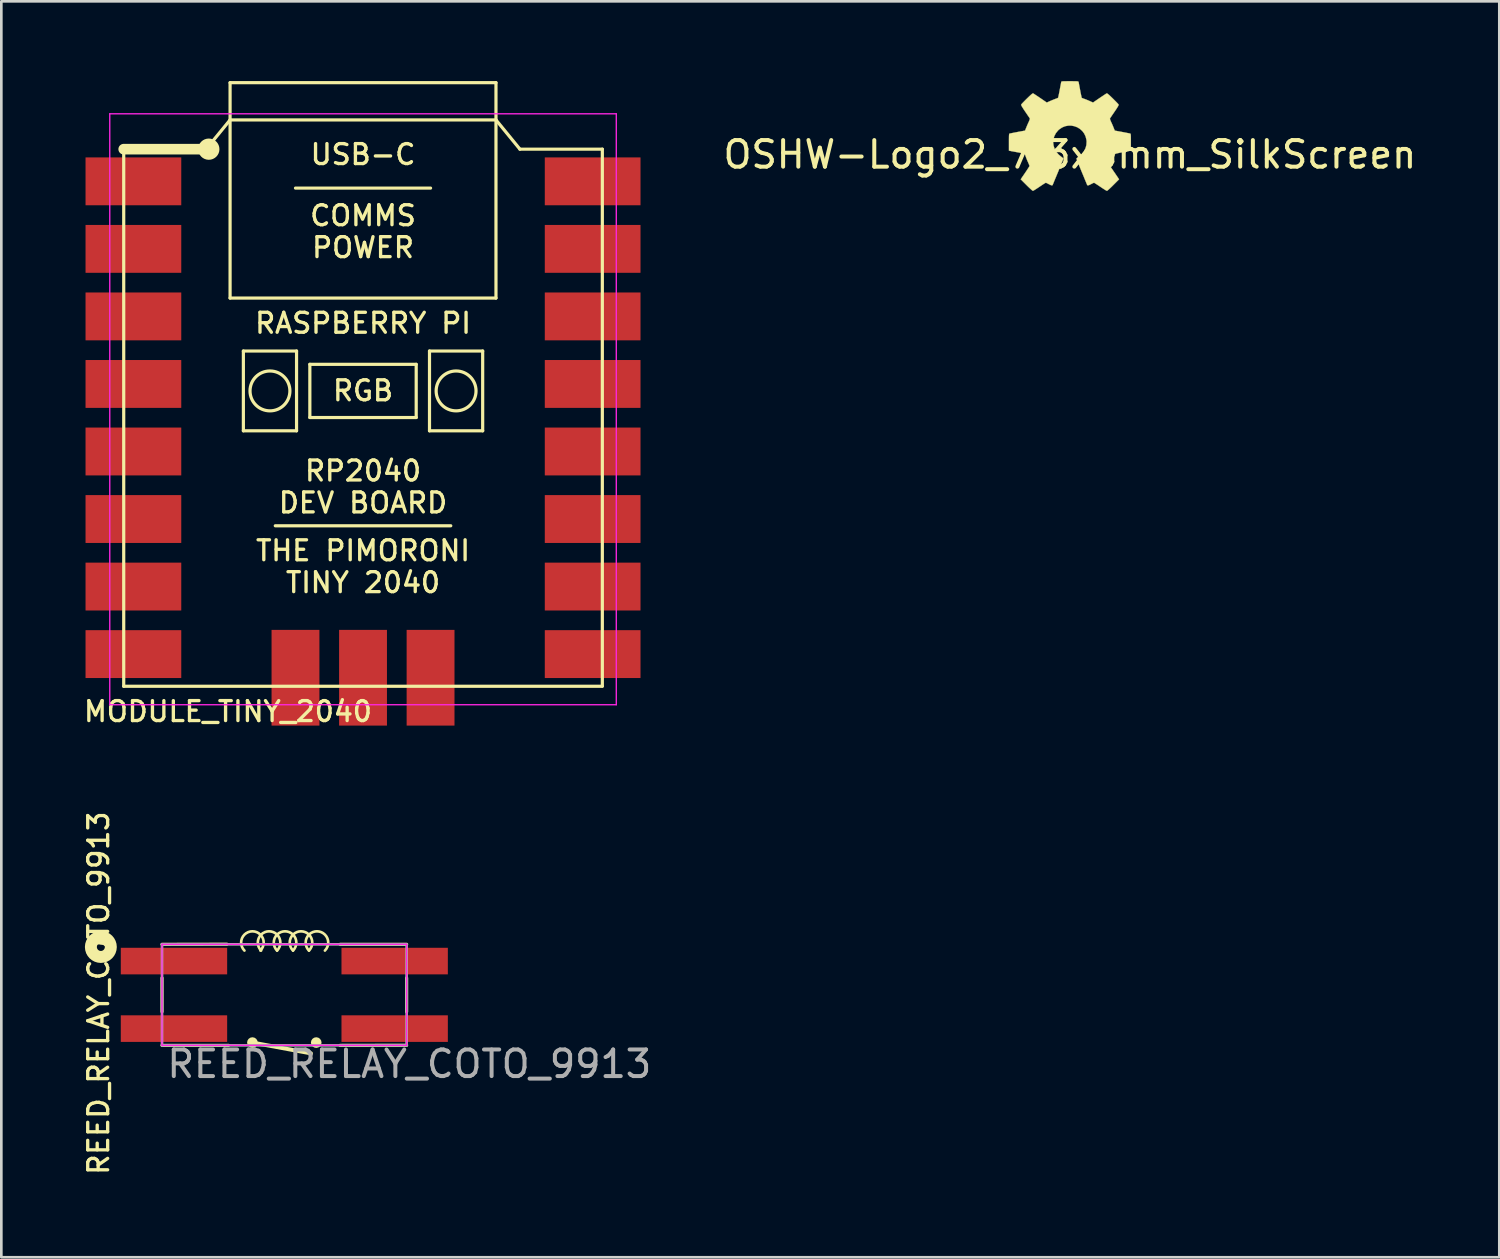
<source format=kicad_pcb>
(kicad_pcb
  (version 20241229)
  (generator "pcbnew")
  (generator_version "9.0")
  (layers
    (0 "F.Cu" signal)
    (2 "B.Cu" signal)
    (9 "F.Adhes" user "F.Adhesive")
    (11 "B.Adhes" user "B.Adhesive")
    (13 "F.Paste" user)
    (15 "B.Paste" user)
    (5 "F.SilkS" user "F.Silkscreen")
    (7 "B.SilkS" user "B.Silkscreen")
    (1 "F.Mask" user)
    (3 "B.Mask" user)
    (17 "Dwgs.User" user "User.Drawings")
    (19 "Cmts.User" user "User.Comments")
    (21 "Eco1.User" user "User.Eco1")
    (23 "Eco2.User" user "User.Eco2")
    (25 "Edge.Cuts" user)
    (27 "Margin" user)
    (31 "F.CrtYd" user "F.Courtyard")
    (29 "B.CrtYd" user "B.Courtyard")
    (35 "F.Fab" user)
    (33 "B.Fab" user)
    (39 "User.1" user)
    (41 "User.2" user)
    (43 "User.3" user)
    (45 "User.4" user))
  (footprint "MODULE_TINY_2040"
    (layer "F.Cu")
    (at 10.603 12.66)
    (property "Reference" "MODULE_TINY_2040" (at -5.08 11.049 0) (layer "F.SilkS") (effects (font (size 0.75 0.75) (thickness 0.125))))
    (attr through_hole)
    (fp_line (start -9 -10.1) (end -5.9 -10.1) (stroke (width 0.4) (type solid)) (layer "F.SilkS"))
    (fp_line (start -9 10.1) (end -9 -10.1) (stroke (width 0.12) (type solid)) (layer "F.SilkS"))
    (fp_line (start -5.9 -10.1) (end -5 -11.2) (stroke (width 0.12) (type solid)) (layer "F.SilkS"))
    (fp_line (start -5 -12.6) (end 5 -12.6) (stroke (width 0.12) (type solid)) (layer "F.SilkS"))
    (fp_line (start -5 -11.2) (end 5 -11.2) (stroke (width 0.12) (type solid)) (layer "F.SilkS"))
    (fp_line (start -5 -4.5) (end -5 -12.6) (stroke (width 0.12) (type solid)) (layer "F.SilkS"))
    (fp_line (start -5 -4.5) (end 5 -4.5) (stroke (width 0.12) (type solid)) (layer "F.SilkS"))
    (fp_line (start -4.5 -2.508) (end -2.5 -2.508) (stroke (width 0.12) (type solid)) (layer "F.SilkS"))
    (fp_line (start -4.5 0.492) (end -4.5 -2.508) (stroke (width 0.12) (type solid)) (layer "F.SilkS"))
    (fp_line (start -3.3 4.064) (end 3.3 4.064) (stroke (width 0.12) (type solid)) (layer "F.SilkS"))
    (fp_line (start -2.54 -8.636) (end 2.54 -8.636) (stroke (width 0.12) (type solid)) (layer "F.SilkS"))
    (fp_line (start -2.5 -2.508) (end -2.5 0.492) (stroke (width 0.12) (type solid)) (layer "F.SilkS"))
    (fp_line (start -2.5 0.492) (end -4.5 0.492) (stroke (width 0.12) (type solid)) (layer "F.SilkS"))
    (fp_line (start -2 -2.008) (end 2 -2.008) (stroke (width 0.12) (type solid)) (layer "F.SilkS"))
    (fp_line (start -2 -0.008) (end -2 -2.008) (stroke (width 0.12) (type solid)) (layer "F.SilkS"))
    (fp_line (start 2 -2.008) (end 2 -0.008) (stroke (width 0.12) (type solid)) (layer "F.SilkS"))
    (fp_line (start 2 -0.008) (end -2 -0.008) (stroke (width 0.12) (type solid)) (layer "F.SilkS"))
    (fp_line (start 2.5 -2.508) (end 4.5 -2.508) (stroke (width 0.12) (type solid)) (layer "F.SilkS"))
    (fp_line (start 2.5 0.492) (end 2.5 -2.508) (stroke (width 0.12) (type solid)) (layer "F.SilkS"))
    (fp_line (start 4.5 -2.508) (end 4.5 0.492) (stroke (width 0.12) (type solid)) (layer "F.SilkS"))
    (fp_line (start 4.5 0.492) (end 2.5 0.492) (stroke (width 0.12) (type solid)) (layer "F.SilkS"))
    (fp_line (start 5 -4.5) (end 5 -12.6) (stroke (width 0.12) (type solid)) (layer "F.SilkS"))
    (fp_line (start 5.9 -10.1) (end 5 -11.2) (stroke (width 0.12) (type solid)) (layer "F.SilkS"))
    (fp_line (start 5.9 -10.1) (end 9 -10.1) (stroke (width 0.12) (type solid)) (layer "F.SilkS"))
    (fp_line (start 9 -10.1) (end 9 10.09) (stroke (width 0.12) (type solid)) (layer "F.SilkS"))
    (fp_line (start 9 10.1) (end -9 10.1) (stroke (width 0.12) (type solid)) (layer "F.SilkS"))
    (fp_circle (center -5.8 -10.1) (end -5.8 -9.9) (stroke (width 0.4) (type solid)) (fill no) (layer "F.SilkS"))
    (fp_circle (center -3.5 -1.008) (end -2.75 -1.008) (stroke (width 0.12) (type solid)) (fill no) (layer "F.SilkS"))
    (fp_circle (center 3.5 -1.008) (end 4.25 -1.008) (stroke (width 0.12) (type solid)) (fill no) (layer "F.SilkS"))
    (fp_line (start -9.525 -11.43) (end -9.525 10.795) (stroke (width 0.05) (type solid)) (layer "F.CrtYd"))
    (fp_line (start -9.525 10.795) (end 9.525 10.795) (stroke (width 0.05) (type solid)) (layer "F.CrtYd"))
    (fp_line (start 9.525 -11.43) (end -9.525 -11.43) (stroke (width 0.05) (type solid)) (layer "F.CrtYd"))
    (fp_line (start 9.525 10.795) (end 9.525 -11.43) (stroke (width 0.05) (type solid)) (layer "F.CrtYd"))
    (fp_text user "USB-C" (at 0 -9.9 0) (layer "F.SilkS") (effects (font (size 0.75 0.75) (thickness 0.125))))
    (fp_text user "RGB" (at 0 -1.016 0) (layer "F.SilkS") (effects (font (size 0.75 0.75) (thickness 0.125))))
    (fp_text user "TINY 2040" (at 0 6.2 0) (layer "F.SilkS") (effects (font (size 0.75 0.75) (thickness 0.125))))
    (fp_text user "THE PIMORONI" (at 0 5 0) (layer "F.SilkS") (effects (font (size 0.75 0.75) (thickness 0.125))))
    (fp_text user "DEV BOARD" (at 0 3.2 0) (layer "F.SilkS") (effects (font (size 0.75 0.75) (thickness 0.125))))
    (fp_text user "COMMS" (at 0 -7.6 0) (layer "F.SilkS") (effects (font (size 0.75 0.75) (thickness 0.125))))
    (fp_text user "POWER" (at 0 -6.4 0) (layer "F.SilkS") (effects (font (size 0.75 0.75) (thickness 0.125))))
    (fp_text user "RP2040" (at 0 2 0) (layer "F.SilkS") (effects (font (size 0.75 0.75) (thickness 0.125))))
    (fp_text user "RASPBERRY PI" (at 0 -3.556 0) (layer "F.SilkS") (effects (font (size 0.75 0.75) (thickness 0.125))))
    (pad "1" smd rect (at -8.636 -8.89 270) (size 1.8 3.6) (layers "F.Cu" "F.Mask" "F.Paste"))
    (pad "2" smd rect (at -8.636 -6.35 270) (size 1.8 3.6) (layers "F.Cu" "F.Mask" "F.Paste"))
    (pad "3" smd rect (at -8.636 -3.81 270) (size 1.8 3.6) (layers "F.Cu" "F.Mask" "F.Paste"))
    (pad "4" smd rect (at -8.636 -1.27 270) (size 1.8 3.6) (layers "F.Cu" "F.Mask" "F.Paste"))
    (pad "5" smd rect (at -8.636 1.27 270) (size 1.8 3.6) (layers "F.Cu" "F.Mask" "F.Paste"))
    (pad "6" smd rect (at -8.636 3.81 270) (size 1.8 3.6) (layers "F.Cu" "F.Mask" "F.Paste"))
    (pad "7" smd rect (at -8.636 6.35 270) (size 1.8 3.6) (layers "F.Cu" "F.Mask" "F.Paste"))
    (pad "8" smd rect (at -8.636 8.89 270) (size 1.8 3.6) (layers "F.Cu" "F.Mask" "F.Paste"))
    (pad "9" smd rect (at 8.636 8.89 270) (size 1.8 3.6) (layers "F.Cu" "F.Mask" "F.Paste"))
    (pad "10" smd rect (at 8.636 6.35 270) (size 1.8 3.6) (layers "F.Cu" "F.Mask" "F.Paste"))
    (pad "11" smd rect (at 8.636 3.81 270) (size 1.8 3.6) (layers "F.Cu" "F.Mask" "F.Paste"))
    (pad "12" smd rect (at 8.636 1.27 270) (size 1.8 3.6) (layers "F.Cu" "F.Mask" "F.Paste"))
    (pad "13" smd rect (at 8.636 -1.27 270) (size 1.8 3.6) (layers "F.Cu" "F.Mask" "F.Paste"))
    (pad "14" smd rect (at 8.636 -3.81 270) (size 1.8 3.6) (layers "F.Cu" "F.Mask" "F.Paste"))
    (pad "15" smd rect (at 8.636 -6.35 270) (size 1.8 3.6) (layers "F.Cu" "F.Mask" "F.Paste"))
    (pad "16" smd rect (at 8.636 -8.89 270) (size 1.8 3.6) (layers "F.Cu" "F.Mask" "F.Paste"))
    (pad "17" smd rect (at -2.54 9.779) (size 1.8 3.6) (layers "F.Cu" "F.Mask" "F.Paste"))
    (pad "18" smd rect (at 0 9.779) (size 1.8 3.6) (layers "F.Cu" "F.Mask" "F.Paste"))
    (pad "19" smd rect (at 2.54 9.779) (size 1.8 3.6) (layers "F.Cu" "F.Mask" "F.Paste")))
  (footprint "OSHW-Logo2_7.3x6mm_SilkScreen"
    (layer "F.Cu")
    (at 37.188 2.763)
    (property "Reference" "OSHW-Logo2_7.3x6mm_SilkScreen" (at 0 0 180) (layer "F.SilkS") (effects (font (size 1 1) (thickness 0.15))))
    (attr exclude_from_pos_files exclude_from_bom)
    (fp_poly (pts (xy 0.104 -2.758) (xy 0.182 -2.757) (xy 0.239 -2.756) (xy 0.278 -2.754) (xy 0.303 -2.75) (xy 0.316 -2.744) (xy 0.323 -2.737) (xy 0.326 -2.726) (xy 0.327 -2.725) (xy 0.332 -2.701) (xy 0.341 -2.653) (xy 0.353 -2.587) (xy 0.368 -2.508) (xy 0.385 -2.42) (xy 0.385 -2.417) (xy 0.401 -2.331) (xy 0.417 -2.255) (xy 0.43 -2.194) (xy 0.44 -2.152) (xy 0.446 -2.133) (xy 0.447 -2.133) (xy 0.465 -2.124) (xy 0.502 -2.109) (xy 0.551 -2.091) (xy 0.552 -2.091) (xy 0.613 -2.068) (xy 0.686 -2.038) (xy 0.754 -2.008) (xy 0.757 -2.007) (xy 0.869 -1.956) (xy 1.115 -2.125) (xy 1.191 -2.176) (xy 1.26 -2.222) (xy 1.317 -2.26) (xy 1.359 -2.287) (xy 1.383 -2.301) (xy 1.385 -2.302) (xy 1.402 -2.298) (xy 1.434 -2.275) (xy 1.481 -2.235) (xy 1.546 -2.174) (xy 1.612 -2.11) (xy 1.676 -2.046) (xy 1.733 -1.989) (xy 1.78 -1.94) (xy 1.814 -1.904) (xy 1.83 -1.884) (xy 1.831 -1.883) (xy 1.833 -1.869) (xy 1.826 -1.847) (xy 1.809 -1.814) (xy 1.779 -1.765) (xy 1.737 -1.699) (xy 1.679 -1.614) (xy 1.629 -1.54) (xy 1.583 -1.473) (xy 1.546 -1.417) (xy 1.519 -1.378) (xy 1.506 -1.357) (xy 1.505 -1.356) (xy 1.507 -1.336) (xy 1.519 -1.298) (xy 1.54 -1.248) (xy 1.547 -1.232) (xy 1.58 -1.162) (xy 1.614 -1.082) (xy 1.642 -1.012) (xy 1.663 -0.961) (xy 1.679 -0.922) (xy 1.688 -0.901) (xy 1.689 -0.9) (xy 1.706 -0.897) (xy 1.746 -0.89) (xy 1.804 -0.879) (xy 1.875 -0.866) (xy 1.952 -0.852) (xy 2.032 -0.837) (xy 2.107 -0.822) (xy 2.174 -0.809) (xy 2.227 -0.799) (xy 2.26 -0.792) (xy 2.268 -0.79) (xy 2.276 -0.785) (xy 2.283 -0.774) (xy 2.287 -0.754) (xy 2.29 -0.72) (xy 2.292 -0.67) (xy 2.293 -0.599) (xy 2.293 -0.504) (xy 2.293 -0.465) (xy 2.293 -0.147) (xy 2.217 -0.132) (xy 2.175 -0.124) (xy 2.111 -0.112) (xy 2.035 -0.098) (xy 1.953 -0.083) (xy 1.93 -0.079) (xy 1.855 -0.064) (xy 1.789 -0.049) (xy 1.738 -0.037) (xy 1.709 -0.027) (xy 1.704 -0.024) (xy 1.691 -0.003) (xy 1.674 0.038) (xy 1.655 0.09) (xy 1.651 0.102) (xy 1.625 0.172) (xy 1.594 0.25) (xy 1.563 0.321) (xy 1.563 0.322) (xy 1.511 0.433) (xy 1.68 0.681) (xy 1.849 0.93) (xy 1.632 1.147) (xy 1.567 1.212) (xy 1.507 1.269) (xy 1.456 1.315) (xy 1.418 1.348) (xy 1.396 1.363) (xy 1.392 1.364) (xy 1.374 1.356) (xy 1.335 1.335) (xy 1.281 1.301) (xy 1.216 1.259) (xy 1.146 1.212) (xy 1.075 1.164) (xy 1.011 1.122) (xy 0.959 1.089) (xy 0.923 1.067) (xy 0.907 1.06) (xy 0.887 1.066) (xy 0.85 1.083) (xy 0.803 1.107) (xy 0.798 1.11) (xy 0.734 1.142) (xy 0.69 1.158) (xy 0.663 1.158) (xy 0.649 1.143) (xy 0.649 1.143) (xy 0.642 1.126) (xy 0.625 1.085) (xy 0.6 1.024) (xy 0.567 0.945) (xy 0.529 0.852) (xy 0.486 0.748) (xy 0.444 0.648) (xy 0.399 0.537) (xy 0.357 0.434) (xy 0.32 0.342) (xy 0.289 0.265) (xy 0.266 0.206) (xy 0.251 0.167) (xy 0.247 0.153) (xy 0.258 0.136) (xy 0.287 0.11) (xy 0.326 0.081) (xy 0.437 -0.011) (xy 0.523 -0.116) (xy 0.585 -0.233) (xy 0.62 -0.358) (xy 0.628 -0.49) (xy 0.622 -0.552) (xy 0.591 -0.678) (xy 0.538 -0.79) (xy 0.466 -0.886) (xy 0.378 -0.965) (xy 0.278 -1.026) (xy 0.168 -1.067) (xy 0.053 -1.089) (xy -0.065 -1.088) (xy -0.181 -1.066) (xy -0.294 -1.019) (xy -0.4 -0.948) (xy -0.444 -0.908) (xy -0.528 -0.805) (xy -0.587 -0.692) (xy -0.62 -0.573) (xy -0.629 -0.451) (xy -0.613 -0.329) (xy -0.573 -0.211) (xy -0.51 -0.1) (xy -0.423 0.002) (xy -0.326 0.081) (xy -0.286 0.111) (xy -0.257 0.137) (xy -0.247 0.153) (xy -0.252 0.17) (xy -0.267 0.21) (xy -0.291 0.272) (xy -0.323 0.35) (xy -0.36 0.443) (xy -0.403 0.546) (xy -0.444 0.648) (xy -0.49 0.759) (xy -0.533 0.862) (xy -0.571 0.953) (xy -0.603 1.03) (xy -0.627 1.09) (xy -0.643 1.129) (xy -0.649 1.143) (xy -0.663 1.158) (xy -0.69 1.158) (xy -0.734 1.142) (xy -0.797 1.11) (xy -0.798 1.11) (xy -0.845 1.085) (xy -0.884 1.067) (xy -0.906 1.06) (xy -0.907 1.06) (xy -0.923 1.067) (xy -0.96 1.089) (xy -1.012 1.122) (xy -1.075 1.164) (xy -1.146 1.212) (xy -1.218 1.26) (xy -1.283 1.302) (xy -1.336 1.335) (xy -1.374 1.357) (xy -1.392 1.364) (xy -1.409 1.354) (xy -1.443 1.327) (xy -1.49 1.284) (xy -1.547 1.231) (xy -1.612 1.168) (xy -1.633 1.147) (xy -1.85 0.93) (xy -1.684 0.687) (xy -1.634 0.613) (xy -1.59 0.546) (xy -1.555 0.491) (xy -1.53 0.451) (xy -1.519 0.43) (xy -1.519 0.429) (xy -1.525 0.409) (xy -1.54 0.37) (xy -1.562 0.317) (xy -1.578 0.282) (xy -1.607 0.215) (xy -1.635 0.147) (xy -1.656 0.09) (xy -1.662 0.073) (xy -1.679 0.026) (xy -1.695 -0.01) (xy -1.704 -0.024) (xy -1.723 -0.032) (xy -1.766 -0.044) (xy -1.826 -0.058) (xy -1.898 -0.073) (xy -1.93 -0.079) (xy -2.012 -0.094) (xy -2.091 -0.108) (xy -2.159 -0.121) (xy -2.208 -0.13) (xy -2.217 -0.132) (xy -2.293 -0.147) (xy -2.293 -0.465) (xy -2.293 -0.569) (xy -2.292 -0.648) (xy -2.291 -0.705) (xy -2.288 -0.744) (xy -2.284 -0.769) (xy -2.279 -0.782) (xy -2.271 -0.789) (xy -2.268 -0.79) (xy -2.249 -0.794) (xy -2.207 -0.802) (xy -2.148 -0.814) (xy -2.077 -0.828) (xy -1.999 -0.843) (xy -1.92 -0.858) (xy -1.845 -0.872) (xy -1.779 -0.884) (xy -1.727 -0.894) (xy -1.696 -0.899) (xy -1.689 -0.9) (xy -1.683 -0.912) (xy -1.669 -0.946) (xy -1.65 -0.994) (xy -1.642 -1.012) (xy -1.613 -1.085) (xy -1.578 -1.165) (xy -1.547 -1.232) (xy -1.525 -1.284) (xy -1.51 -1.326) (xy -1.504 -1.352) (xy -1.505 -1.356) (xy -1.516 -1.372) (xy -1.54 -1.409) (xy -1.576 -1.461) (xy -1.62 -1.526) (xy -1.67 -1.6) (xy -1.68 -1.614) (xy -1.738 -1.7) (xy -1.78 -1.766) (xy -1.809 -1.814) (xy -1.826 -1.847) (xy -1.833 -1.869) (xy -1.831 -1.883) (xy -1.831 -1.883) (xy -1.816 -1.901) (xy -1.785 -1.935) (xy -1.739 -1.983) (xy -1.683 -2.04) (xy -1.62 -2.103) (xy -1.612 -2.11) (xy -1.533 -2.187) (xy -1.471 -2.244) (xy -1.427 -2.281) (xy -1.398 -2.3) (xy -1.385 -2.302) (xy -1.367 -2.292) (xy -1.328 -2.267) (xy -1.274 -2.231) (xy -1.207 -2.187) (xy -1.133 -2.137) (xy -1.115 -2.125) (xy -0.869 -1.956) (xy -0.757 -2.007) (xy -0.69 -2.036) (xy -0.617 -2.066) (xy -0.554 -2.09) (xy -0.552 -2.091) (xy -0.503 -2.109) (xy -0.465 -2.124) (xy -0.447 -2.133) (xy -0.447 -2.133) (xy -0.441 -2.149) (xy -0.431 -2.19) (xy -0.418 -2.25) (xy -0.403 -2.325) (xy -0.386 -2.41) (xy -0.385 -2.417) (xy -0.369 -2.505) (xy -0.354 -2.585) (xy -0.341 -2.651) (xy -0.332 -2.7) (xy -0.327 -2.725) (xy -0.327 -2.725) (xy -0.323 -2.736) (xy -0.317 -2.744) (xy -0.305 -2.75) (xy -0.281 -2.753) (xy -0.244 -2.756) (xy -0.19 -2.757) (xy -0.114 -2.758) (xy -0.013 -2.758) (xy 0 -2.758) (xy 0.104 -2.758)) (stroke (width 0.01) (type solid)) (fill yes) (layer "F.SilkS")))
  (footprint "REED_RELAY_COTO_9913"
    (layer "F.Cu")
    (at 7.643 34.365)
    (property "Reference" "REED_RELAY_COTO_9913" (at -6.985 -0.064 90) (layer "F.SilkS") (effects (font (size 0.75 0.75) (thickness 0.125))))
    (attr smd)
    (fp_line (start -4.6 -0.635) (end -4.6 0.635) (stroke (width 0.12) (type solid)) (layer "F.SilkS"))
    (fp_line (start -4.6 1.9) (end -2.1 1.9) (stroke (width 0.12) (type solid)) (layer "F.SilkS"))
    (fp_line (start -2.159 -1.905) (end -4.6 -1.9) (stroke (width 0.12) (type solid)) (layer "F.SilkS"))
    (fp_line (start -1.2 1.795) (end 1 2.2) (stroke (width 0.15) (type solid)) (layer "F.SilkS"))
    (fp_line (start 2.1 1.9) (end 4.6 1.895) (stroke (width 0.12) (type solid)) (layer "F.SilkS"))
    (fp_line (start 4.6 -1.9) (end 2.1 -1.9) (stroke (width 0.12) (type solid)) (layer "F.SilkS"))
    (fp_line (start 4.6 -0.635) (end 4.6 0.635) (stroke (width 0.12) (type solid)) (layer "F.SilkS"))
    (fp_arc (start -1.499999 -1.664999) (mid -1.2 -2.389261) (end -0.900001 -1.664999) (stroke (width 0.1) (type solid)) (layer "F.SilkS"))
    (fp_arc (start -0.873 -1.664999) (mid -0.573001 -2.389261) (end -0.273002 -1.664999) (stroke (width 0.1) (type solid)) (layer "F.SilkS"))
    (fp_arc (start -0.272998 -1.665) (mid 0.027001 -2.389262) (end 0.327 -1.665) (stroke (width 0.1) (type solid)) (layer "F.SilkS"))
    (fp_arc (start 0.327 -1.664999) (mid 0.626999 -2.389261) (end 0.926998 -1.664999) (stroke (width 0.1) (type solid)) (layer "F.SilkS"))
    (fp_arc (start 0.927002 -1.665) (mid 1.227001 -2.389262) (end 1.527 -1.665) (stroke (width 0.1) (type solid)) (layer "F.SilkS"))
    (fp_circle (center -6.9 -1.8) (end -6.75 -1.8) (stroke (width 0.45) (type solid)) (fill no) (layer "F.SilkS"))
    (fp_circle (center -1.2 1.795) (end -1.1 1.795) (stroke (width 0.2) (type solid)) (fill no) (layer "F.SilkS"))
    (fp_circle (center 1.2 1.795) (end 1.3 1.795) (stroke (width 0.2) (type solid)) (fill no) (layer "F.SilkS"))
    (fp_line (start -4.6 -1.9) (end -4.6 1.9) (stroke (width 0.05) (type solid)) (layer "F.CrtYd"))
    (fp_line (start -4.6 1.9) (end 4.6 1.9) (stroke (width 0.05) (type solid)) (layer "F.CrtYd"))
    (fp_line (start 4.6 -1.9) (end -4.6 -1.9) (stroke (width 0.05) (type solid)) (layer "F.CrtYd"))
    (fp_line (start 4.6 1.9) (end 4.6 -1.9) (stroke (width 0.05) (type solid)) (layer "F.CrtYd"))
    (fp_line (start -4.6 -1.9) (end 4.6 -1.9) (stroke (width 0.1) (type solid)) (layer "F.Fab"))
    (fp_line (start -4.6 1.9) (end -4.6 -1.9) (stroke (width 0.1) (type solid)) (layer "F.Fab"))
    (fp_line (start 4.6 -1.9) (end 4.6 1.9) (stroke (width 0.1) (type solid)) (layer "F.Fab"))
    (fp_line (start 4.6 1.9) (end -4.6 1.9) (stroke (width 0.1) (type solid)) (layer "F.Fab"))
    (fp_text user "${REFERENCE}" (at 4.7 2.6 180) (layer "F.Fab") (effects (font (size 1 1) (thickness 0.15))))
    (pad "1" smd rect (at -4.15 -1.27) (size 4 1) (layers "F.Cu" "F.Mask" "F.Paste"))
    (pad "2" smd rect (at 4.15 -1.27) (size 4 1) (layers "F.Cu" "F.Mask" "F.Paste"))
    (pad "3" smd rect (at -4.15 1.27) (size 4 1) (layers "F.Cu" "F.Mask" "F.Paste"))
    (pad "4" smd rect (at 4.15 1.27) (size 4 1) (layers "F.Cu" "F.Mask" "F.Paste")))
  (gr_rect
    (start -3 -3)
    (end 53.337 44.235)
    (stroke (width 0.1) (type default))
    (fill no)
    (layer "Edge.Cuts")))
</source>
